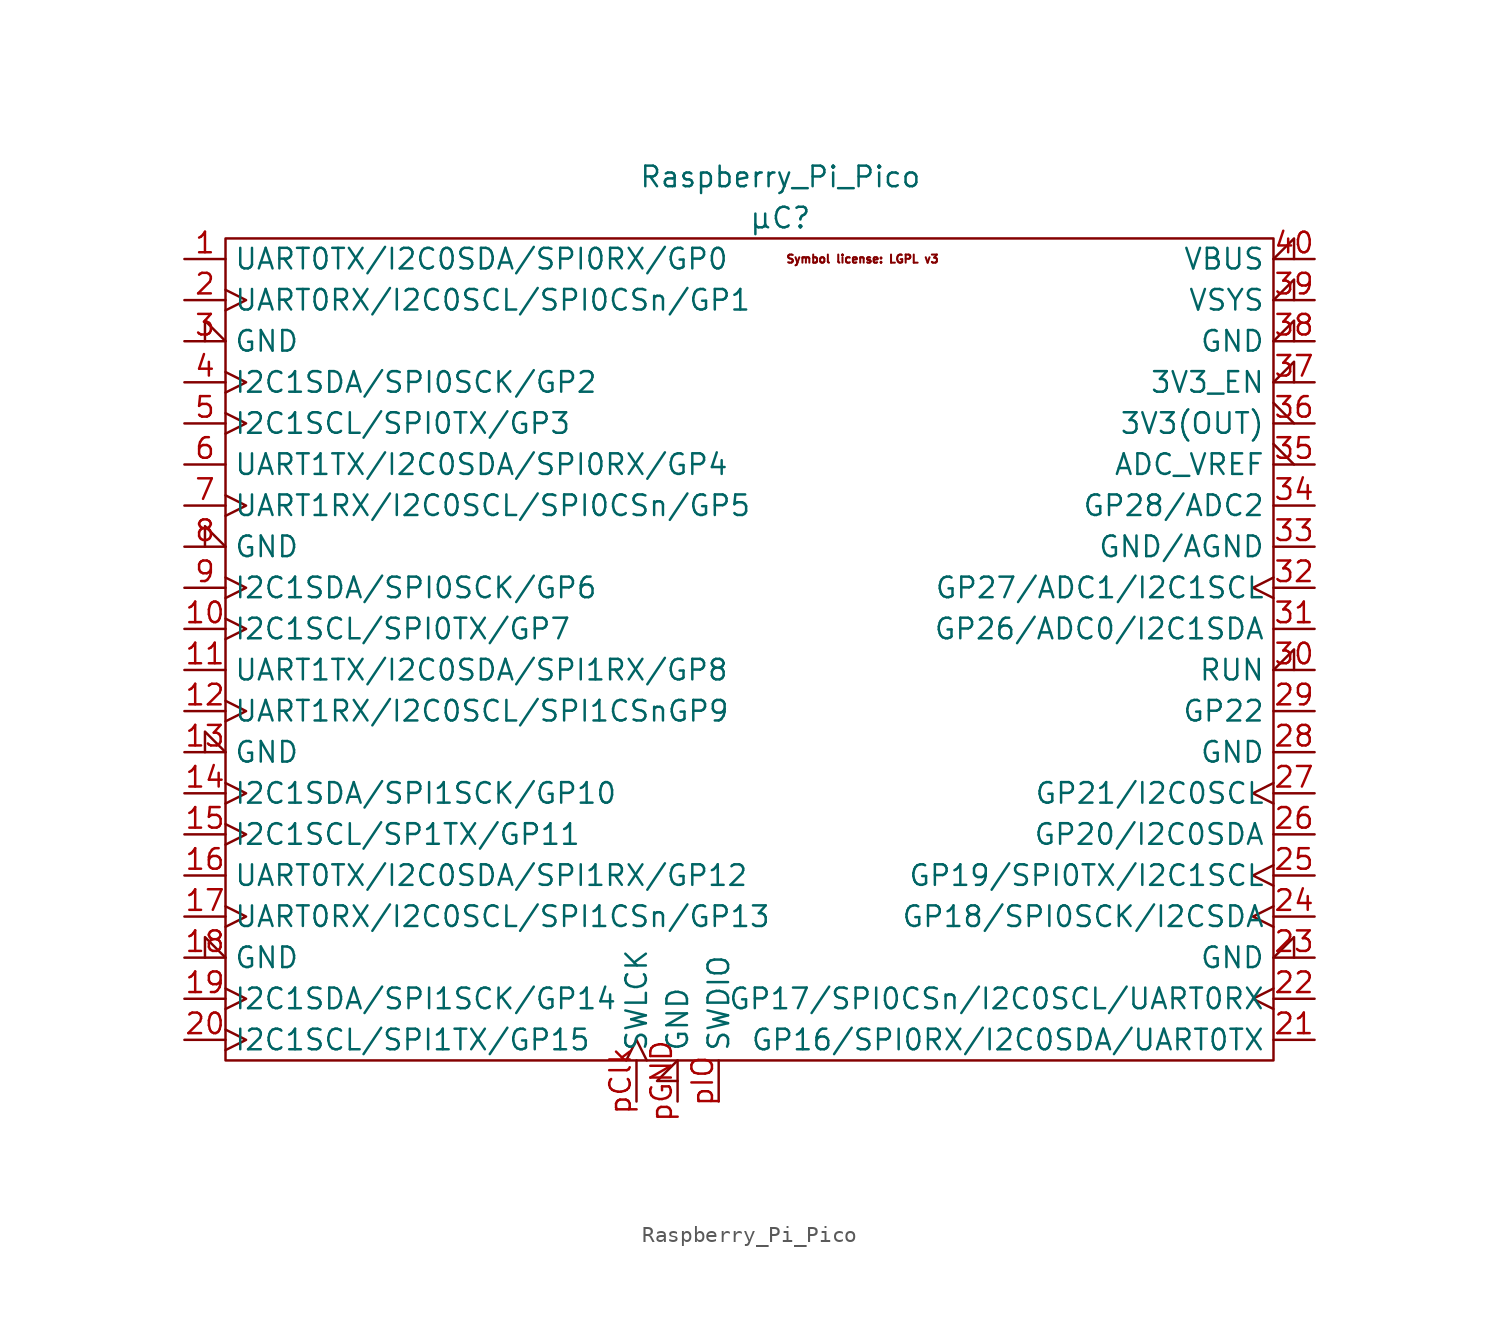
<source format=kicad_sym>
(kicad_symbol_lib
  (version 20220914)
  (generator kicad_symbol_editor)
  (symbol "Raspberry_Pi_Pico"
    (property "Reference" "μC"
      (at 0 0 0)
      (effects (font (size 1.27 1.27))))
    (property "Value" "Raspberry_Pi_Pico"
      (at 0 2.54 0)
      (effects (font (size 1.27 1.27))))
    (symbol "Raspberry_Pi_Pico_0_0"
      (text "Symbol license: LGPL v3" (at 5.08 -2.54 0) (effects (font (size 0.5 0.5)))))
    (symbol "Raspberry_Pi_Pico_0_1"
      (rectangle (start -34.29 -1.27) (end 30.48 -52.07) (stroke (width 0) (type default)) (fill (type none))))
    (symbol "Raspberry_Pi_Pico_1_1"
      (pin bidirectional line (at -36.83 -2.54 0) (length 2.54) (name "UART0TX/I2C0SDA/SPI0RX/GP0" (effects (font (size 1.27 1.27)))) (number "1" (effects (font (size 1.27 1.27)))))
      (pin bidirectional clock (at -36.83 -25.4 0) (length 2.54) (name "I2C1SCL/SPI0TX/GP7" (effects (font (size 1.27 1.27)))) (number "10" (effects (font (size 1.27 1.27)))))
      (pin bidirectional line (at -36.83 -27.94 0) (length 2.54) (name "UART1TX/I2C0SDA/SPI1RX/GP8" (effects (font (size 1.27 1.27)))) (number "11" (effects (font (size 1.27 1.27)))))
      (pin bidirectional clock (at -36.83 -30.48 0) (length 2.54) (name "UART1RX/I2C0SCL/SPI1CSnGP9" (effects (font (size 1.27 1.27)))) (number "12" (effects (font (size 1.27 1.27)))))
      (pin power_in input_low (at -36.83 -33.02 0) (length 2.54) (name "GND" (effects (font (size 1.27 1.27)))) (number "13" (effects (font (size 1.27 1.27)))))
      (pin bidirectional clock (at -36.83 -35.56 0) (length 2.54) (name "I2C1SDA/SPI1SCK/GP10" (effects (font (size 1.27 1.27)))) (number "14" (effects (font (size 1.27 1.27)))))
      (pin bidirectional clock (at -36.83 -38.1 0) (length 2.54) (name "I2C1SCL/SP1TX/GP11" (effects (font (size 1.27 1.27)))) (number "15" (effects (font (size 1.27 1.27)))))
      (pin bidirectional line (at -36.83 -40.64 0) (length 2.54) (name "UART0TX/I2C0SDA/SPI1RX/GP12" (effects (font (size 1.27 1.27)))) (number "16" (effects (font (size 1.27 1.27)))))
      (pin bidirectional clock (at -36.83 -43.18 0) (length 2.54) (name "UART0RX/I2C0SCL/SPI1CSn/GP13" (effects (font (size 1.27 1.27)))) (number "17" (effects (font (size 1.27 1.27)))))
      (pin power_in input_low (at -36.83 -45.72 0) (length 2.54) (name "GND" (effects (font (size 1.27 1.27)))) (number "18" (effects (font (size 1.27 1.27)))))
      (pin bidirectional clock (at -36.83 -48.26 0) (length 2.54) (name "I2C1SDA/SPI1SCK/GP14" (effects (font (size 1.27 1.27)))) (number "19" (effects (font (size 1.27 1.27)))))
      (pin bidirectional clock (at -36.83 -5.08 0) (length 2.54) (name "UART0RX/I2C0SCL/SPI0CSn/GP1" (effects (font (size 1.27 1.27)))) (number "2" (effects (font (size 1.27 1.27)))))
      (pin bidirectional clock (at -36.83 -50.8 0) (length 2.54) (name "I2C1SCL/SPI1TX/GP15" (effects (font (size 1.27 1.27)))) (number "20" (effects (font (size 1.27 1.27)))))
      (pin bidirectional line (at 33.02 -50.8 180) (length 2.54) (name "GP16/SPI0RX/I2C0SDA/UART0TX" (effects (font (size 1.27 1.27)))) (number "21" (effects (font (size 1.27 1.27)))))
      (pin bidirectional clock (at 33.02 -48.26 180) (length 2.54) (name "GP17/SPI0CSn/I2C0SCL/UART0RX" (effects (font (size 1.27 1.27)))) (number "22" (effects (font (size 1.27 1.27)))))
      (pin power_in input_low (at 33.02 -45.72 180) (length 2.54) (name "GND" (effects (font (size 1.27 1.27)))) (number "23" (effects (font (size 1.27 1.27)))))
      (pin bidirectional clock (at 33.02 -43.18 180) (length 2.54) (name "GP18/SPI0SCK/I2CSDA" (effects (font (size 1.27 1.27)))) (number "24" (effects (font (size 1.27 1.27)))))
      (pin bidirectional clock (at 33.02 -40.64 180) (length 2.54) (name "GP19/SPI0TX/I2C1SCL" (effects (font (size 1.27 1.27)))) (number "25" (effects (font (size 1.27 1.27)))))
      (pin bidirectional line (at 33.02 -38.1 180) (length 2.54) (name "GP20/I2C0SDA" (effects (font (size 1.27 1.27)))) (number "26" (effects (font (size 1.27 1.27)))))
      (pin bidirectional clock (at 33.02 -35.56 180) (length 2.54) (name "GP21/I2C0SCL" (effects (font (size 1.27 1.27)))) (number "27" (effects (font (size 1.27 1.27)))))
      (pin power_in line (at 33.02 -33.02 180) (length 2.54) (name "GND" (effects (font (size 1.27 1.27)))) (number "28" (effects (font (size 1.27 1.27)))))
      (pin bidirectional line (at 33.02 -30.48 180) (length 2.54) (name "GP22" (effects (font (size 1.27 1.27)))) (number "29" (effects (font (size 1.27 1.27)))))
      (pin power_in input_low (at -36.83 -7.62 0) (length 2.54) (name "GND" (effects (font (size 1.27 1.27)))) (number "3" (effects (font (size 1.27 1.27)))))
      (pin input input_low (at 33.02 -27.94 180) (length 2.54) (name "RUN" (effects (font (size 1.27 1.27)))) (number "30" (effects (font (size 1.27 1.27)))))
      (pin bidirectional line (at 33.02 -25.4 180) (length 2.54) (name "GP26/ADC0/I2C1SDA" (effects (font (size 1.27 1.27)))) (number "31" (effects (font (size 1.27 1.27)))))
      (pin bidirectional clock (at 33.02 -22.86 180) (length 2.54) (name "GP27/ADC1/I2C1SCL" (effects (font (size 1.27 1.27)))) (number "32" (effects (font (size 1.27 1.27)))))
      (pin power_in line (at 33.02 -20.32 180) (length 2.54) (name "GND/AGND" (effects (font (size 1.27 1.27)))) (number "33" (effects (font (size 1.27 1.27)))))
      (pin bidirectional line (at 33.02 -17.78 180) (length 2.54) (name "GP28/ADC2" (effects (font (size 1.27 1.27)))) (number "34" (effects (font (size 1.27 1.27)))))
      (pin output output_low (at 33.02 -15.24 180) (length 2.54) (name "ADC_VREF" (effects (font (size 1.27 1.27)))) (number "35" (effects (font (size 1.27 1.27)))))
      (pin power_out output_low (at 33.02 -12.7 180) (length 2.54) (name "3V3(OUT)" (effects (font (size 1.27 1.27)))) (number "36" (effects (font (size 1.27 1.27)))))
      (pin input input_low (at 33.02 -10.16 180) (length 2.54) (name "3V3_EN" (effects (font (size 1.27 1.27)))) (number "37" (effects (font (size 1.27 1.27)))))
      (pin power_in input_low (at 33.02 -7.62 180) (length 2.54) (name "GND" (effects (font (size 1.27 1.27)))) (number "38" (effects (font (size 1.27 1.27)))))
      (pin power_in input_low (at 33.02 -5.08 180) (length 2.54) (name "VSYS" (effects (font (size 1.27 1.27)))) (number "39" (effects (font (size 1.27 1.27)))))
      (pin bidirectional clock (at -36.83 -10.16 0) (length 2.54) (name "I2C1SDA/SPI0SCK/GP2" (effects (font (size 1.27 1.27)))) (number "4" (effects (font (size 1.27 1.27)))))
      (pin power_in input_low (at 33.02 -2.54 180) (length 2.54) (name "VBUS" (effects (font (size 1.27 1.27)))) (number "40" (effects (font (size 1.27 1.27)))))
      (pin bidirectional clock (at -36.83 -12.7 0) (length 2.54) (name "I2C1SCL/SPI0TX/GP3" (effects (font (size 1.27 1.27)))) (number "5" (effects (font (size 1.27 1.27)))))
      (pin bidirectional line (at -36.83 -15.24 0) (length 2.54) (name "UART1TX/I2C0SDA/SPI0RX/GP4" (effects (font (size 1.27 1.27)))) (number "6" (effects (font (size 1.27 1.27)))))
      (pin bidirectional clock (at -36.83 -17.78 0) (length 2.54) (name "UART1RX/I2C0SCL/SPI0CSn/GP5" (effects (font (size 1.27 1.27)))) (number "7" (effects (font (size 1.27 1.27)))))
      (pin power_in input_low (at -36.83 -20.32 0) (length 2.54) (name "GND" (effects (font (size 1.27 1.27)))) (number "8" (effects (font (size 1.27 1.27)))))
      (pin bidirectional clock (at -36.83 -22.86 0) (length 2.54) (name "I2C1SDA/SPI0SCK/GP6" (effects (font (size 1.27 1.27)))) (number "9" (effects (font (size 1.27 1.27)))))
      (pin bidirectional clock (at -8.89 -54.61 90) (length 2.54) (name "SWLCK" (effects (font (size 1.27 1.27)))) (number "pClk" (effects (font (size 1.27 1.27)))))
      (pin power_in input_low (at -6.35 -54.61 90) (length 2.54) (name "GND" (effects (font (size 1.27 1.27)))) (number "pGND" (effects (font (size 1.27 1.27)))))
      (pin bidirectional line (at -3.81 -54.61 90) (length 2.54) (name "SWDIO" (effects (font (size 1.27 1.27)))) (number "pIO" (effects (font (size 1.27 1.27))))))))
</source>
